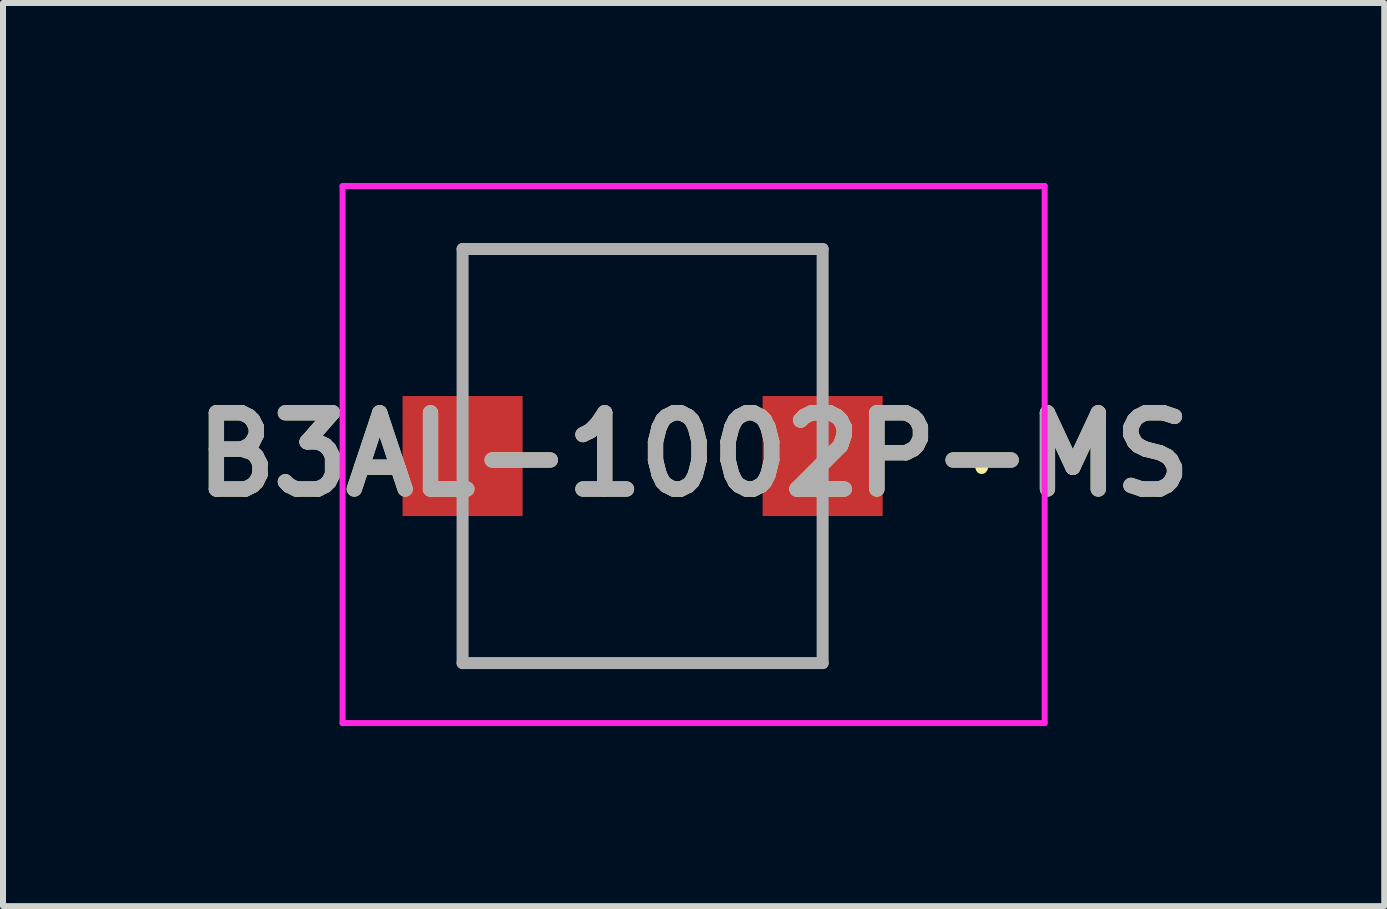
<source format=kicad_pcb>
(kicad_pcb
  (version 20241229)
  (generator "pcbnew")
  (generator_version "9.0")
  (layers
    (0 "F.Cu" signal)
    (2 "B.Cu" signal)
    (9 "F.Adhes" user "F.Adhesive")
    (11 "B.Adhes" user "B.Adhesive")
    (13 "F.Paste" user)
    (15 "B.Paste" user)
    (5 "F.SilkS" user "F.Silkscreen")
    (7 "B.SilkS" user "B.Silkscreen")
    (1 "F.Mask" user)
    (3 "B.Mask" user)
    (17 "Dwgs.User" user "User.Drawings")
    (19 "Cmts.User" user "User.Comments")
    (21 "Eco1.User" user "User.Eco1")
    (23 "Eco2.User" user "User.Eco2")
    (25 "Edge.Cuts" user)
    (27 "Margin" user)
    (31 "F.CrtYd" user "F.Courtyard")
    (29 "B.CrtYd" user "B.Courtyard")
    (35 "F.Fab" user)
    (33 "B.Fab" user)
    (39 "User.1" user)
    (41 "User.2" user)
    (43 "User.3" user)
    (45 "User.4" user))
  (footprint "B3AL-1002P-MS"
    (layer "F.Cu")
    (at 7.659 4.55)
    (property "Reference" "B3AL-1002P-MS" (at 0.85 -0.025 0) (layer "F.SilkS") (effects (font (size 1.27 1.27) (thickness 0.254))))
    (attr smd)
    (fp_line (start -3 -3.5) (end 3 -3.45) (stroke (width 0.1) (type solid)) (layer "F.SilkS"))
    (fp_line (start -3 -1.5) (end -3 -3.5) (stroke (width 0.1) (type solid)) (layer "F.SilkS"))
    (fp_line (start -3 1.5) (end -3 3.45) (stroke (width 0.1) (type solid)) (layer "F.SilkS"))
    (fp_line (start -3 3.45) (end 3 3.45) (stroke (width 0.1) (type solid)) (layer "F.SilkS"))
    (fp_line (start 3 -3.45) (end 3 -1.5) (stroke (width 0.1) (type solid)) (layer "F.SilkS"))
    (fp_line (start 3 3.45) (end 3 1.5) (stroke (width 0.1) (type solid)) (layer "F.SilkS"))
    (fp_line (start 5.6 0.2) (end 5.6 0.2) (stroke (width 0.1) (type solid)) (layer "F.SilkS"))
    (fp_line (start 5.7 0.2) (end 5.7 0.2) (stroke (width 0.1) (type solid)) (layer "F.SilkS"))
    (fp_arc (start 5.6 0.2) (mid 5.65 0.15) (end 5.7 0.2) (stroke (width 0.1) (type solid)) (layer "F.SilkS"))
    (fp_arc (start 5.7 0.2) (mid 5.65 0.25) (end 5.6 0.2) (stroke (width 0.1) (type solid)) (layer "F.SilkS"))
    (fp_line (start -5 -4.5) (end 6.7 -4.5) (stroke (width 0.1) (type solid)) (layer "F.CrtYd"))
    (fp_line (start -5 4.45) (end -5 -4.5) (stroke (width 0.1) (type solid)) (layer "F.CrtYd"))
    (fp_line (start 6.7 -4.5) (end 6.7 4.45) (stroke (width 0.1) (type solid)) (layer "F.CrtYd"))
    (fp_line (start 6.7 4.45) (end -5 4.45) (stroke (width 0.1) (type solid)) (layer "F.CrtYd"))
    (fp_line (start -3 -3.45) (end 3 -3.45) (stroke (width 0.2) (type solid)) (layer "F.Fab"))
    (fp_line (start -3 3.45) (end -3 -3.45) (stroke (width 0.2) (type solid)) (layer "F.Fab"))
    (fp_line (start 3 -3.45) (end 3 3.45) (stroke (width 0.2) (type solid)) (layer "F.Fab"))
    (fp_line (start 3 3.45) (end -3 3.45) (stroke (width 0.2) (type solid)) (layer "F.Fab"))
    (fp_text user "${REFERENCE}" (at 0.85 -0.025 0) (layer "F.Fab") (effects (font (size 1.27 1.27) (thickness 0.254))))
    (pad "1" smd rect (at 3 0 90) (size 2 2) (layers "F.Cu" "F.Mask" "F.Paste"))
    (pad "2" smd rect (at -3 0 90) (size 2 2) (layers "F.Cu" "F.Mask" "F.Paste")))
  (gr_rect
    (start -3 -3)
    (end 20.018 12.05)
    (stroke (width 0.1) (type default))
    (fill no)
    (layer "Edge.Cuts")))
</source>
